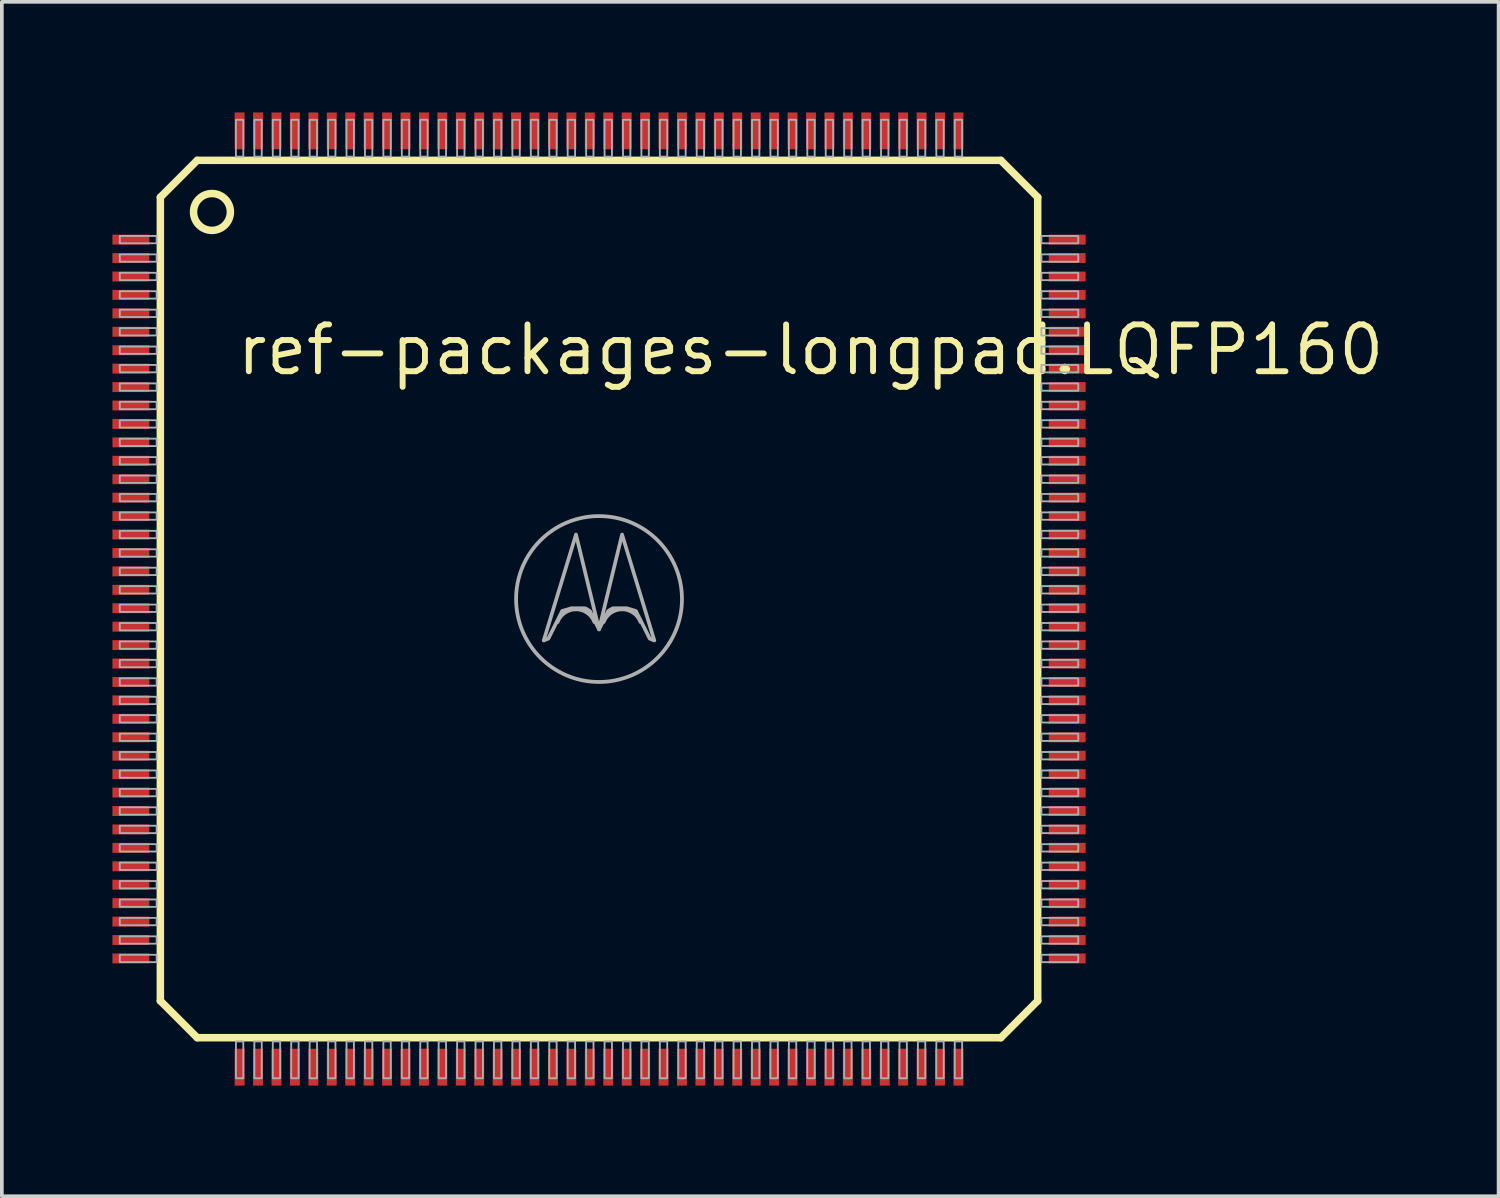
<source format=kicad_pcb>
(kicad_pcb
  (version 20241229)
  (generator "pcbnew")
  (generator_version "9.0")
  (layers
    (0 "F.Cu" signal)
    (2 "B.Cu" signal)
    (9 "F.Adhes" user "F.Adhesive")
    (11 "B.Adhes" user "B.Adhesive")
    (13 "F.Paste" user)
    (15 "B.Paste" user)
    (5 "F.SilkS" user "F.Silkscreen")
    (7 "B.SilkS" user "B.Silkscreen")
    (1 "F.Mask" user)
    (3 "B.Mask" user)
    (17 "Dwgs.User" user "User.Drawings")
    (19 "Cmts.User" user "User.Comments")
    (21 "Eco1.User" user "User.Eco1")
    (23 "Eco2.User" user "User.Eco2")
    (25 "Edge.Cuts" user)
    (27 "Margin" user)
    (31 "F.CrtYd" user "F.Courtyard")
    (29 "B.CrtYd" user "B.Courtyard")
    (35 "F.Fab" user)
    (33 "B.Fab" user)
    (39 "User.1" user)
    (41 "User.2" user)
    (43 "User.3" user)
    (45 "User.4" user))
  (footprint "ref-packages-longpad.LQFP160"
    (layer "F.Cu")
    (at 13.2 13.2)
    (property "Reference" "ref-packages-longpad.LQFP160" (at -9.908 -6.016 0) (layer "F.SilkS") (effects (font (size 1.27 1.27) (thickness 0.16)) (justify left bottom)))
    (attr smd)
    (fp_line (start -11.9 -10.9) (end -10.9 -11.9) (stroke (width 0.203) (type default)) (layer "F.SilkS"))
    (fp_line (start -11.9 10.9) (end -11.9 -10.9) (stroke (width 0.203) (type default)) (layer "F.SilkS"))
    (fp_line (start -11.9 10.9) (end -10.9 11.9) (stroke (width 0.203) (type default)) (layer "F.SilkS"))
    (fp_line (start -10.9 -11.9) (end 10.9 -11.9) (stroke (width 0.203) (type default)) (layer "F.SilkS"))
    (fp_line (start 10.9 11.9) (end -10.9 11.9) (stroke (width 0.203) (type default)) (layer "F.SilkS"))
    (fp_line (start 11.9 -10.9) (end 10.9 -11.9) (stroke (width 0.203) (type default)) (layer "F.SilkS"))
    (fp_line (start 11.9 -10.9) (end 11.9 10.9) (stroke (width 0.203) (type default)) (layer "F.SilkS"))
    (fp_line (start 11.9 10.9) (end 10.9 11.9) (stroke (width 0.203) (type default)) (layer "F.SilkS"))
    (fp_circle (center -10.5 -10.5) (end -10 -10.5) (stroke (width 0.203) (type default)) (fill no) (layer "F.SilkS"))
    (fp_rect (start -13 -9.65) (end -12 -9.85) (stroke (width 0.05) (type default)) (fill no) (layer "F.Fab"))
    (fp_rect (start -13 -9.15) (end -12 -9.35) (stroke (width 0.05) (type default)) (fill no) (layer "F.Fab"))
    (fp_rect (start -13 -8.65) (end -12 -8.85) (stroke (width 0.05) (type default)) (fill no) (layer "F.Fab"))
    (fp_rect (start -13 -8.15) (end -12 -8.35) (stroke (width 0.05) (type default)) (fill no) (layer "F.Fab"))
    (fp_rect (start -13 -7.65) (end -12 -7.85) (stroke (width 0.05) (type default)) (fill no) (layer "F.Fab"))
    (fp_rect (start -13 -7.15) (end -12 -7.35) (stroke (width 0.05) (type default)) (fill no) (layer "F.Fab"))
    (fp_rect (start -13 -6.65) (end -12 -6.85) (stroke (width 0.05) (type default)) (fill no) (layer "F.Fab"))
    (fp_rect (start -13 -6.15) (end -12 -6.35) (stroke (width 0.05) (type default)) (fill no) (layer "F.Fab"))
    (fp_rect (start -13 -5.65) (end -12 -5.85) (stroke (width 0.05) (type default)) (fill no) (layer "F.Fab"))
    (fp_rect (start -13 -5.15) (end -12 -5.35) (stroke (width 0.05) (type default)) (fill no) (layer "F.Fab"))
    (fp_rect (start -13 -4.65) (end -12 -4.85) (stroke (width 0.05) (type default)) (fill no) (layer "F.Fab"))
    (fp_rect (start -13 -4.15) (end -12 -4.35) (stroke (width 0.05) (type default)) (fill no) (layer "F.Fab"))
    (fp_rect (start -13 -3.65) (end -12 -3.85) (stroke (width 0.05) (type default)) (fill no) (layer "F.Fab"))
    (fp_rect (start -13 -3.15) (end -12 -3.35) (stroke (width 0.05) (type default)) (fill no) (layer "F.Fab"))
    (fp_rect (start -13 -2.65) (end -12 -2.85) (stroke (width 0.05) (type default)) (fill no) (layer "F.Fab"))
    (fp_rect (start -13 -2.15) (end -12 -2.35) (stroke (width 0.05) (type default)) (fill no) (layer "F.Fab"))
    (fp_rect (start -13 -1.65) (end -12 -1.85) (stroke (width 0.05) (type default)) (fill no) (layer "F.Fab"))
    (fp_rect (start -13 -1.15) (end -12 -1.35) (stroke (width 0.05) (type default)) (fill no) (layer "F.Fab"))
    (fp_rect (start -13 -0.65) (end -12 -0.85) (stroke (width 0.05) (type default)) (fill no) (layer "F.Fab"))
    (fp_rect (start -13 -0.15) (end -12 -0.35) (stroke (width 0.05) (type default)) (fill no) (layer "F.Fab"))
    (fp_rect (start -13 0.35) (end -12 0.15) (stroke (width 0.05) (type default)) (fill no) (layer "F.Fab"))
    (fp_rect (start -13 0.85) (end -12 0.65) (stroke (width 0.05) (type default)) (fill no) (layer "F.Fab"))
    (fp_rect (start -13 1.35) (end -12 1.15) (stroke (width 0.05) (type default)) (fill no) (layer "F.Fab"))
    (fp_rect (start -13 1.85) (end -12 1.65) (stroke (width 0.05) (type default)) (fill no) (layer "F.Fab"))
    (fp_rect (start -13 2.35) (end -12 2.15) (stroke (width 0.05) (type default)) (fill no) (layer "F.Fab"))
    (fp_rect (start -13 2.85) (end -12 2.65) (stroke (width 0.05) (type default)) (fill no) (layer "F.Fab"))
    (fp_rect (start -13 3.35) (end -12 3.15) (stroke (width 0.05) (type default)) (fill no) (layer "F.Fab"))
    (fp_rect (start -13 3.85) (end -12 3.65) (stroke (width 0.05) (type default)) (fill no) (layer "F.Fab"))
    (fp_rect (start -13 4.35) (end -12 4.15) (stroke (width 0.05) (type default)) (fill no) (layer "F.Fab"))
    (fp_rect (start -13 4.85) (end -12 4.65) (stroke (width 0.05) (type default)) (fill no) (layer "F.Fab"))
    (fp_rect (start -13 5.35) (end -12 5.15) (stroke (width 0.05) (type default)) (fill no) (layer "F.Fab"))
    (fp_rect (start -13 5.85) (end -12 5.65) (stroke (width 0.05) (type default)) (fill no) (layer "F.Fab"))
    (fp_rect (start -13 6.35) (end -12 6.15) (stroke (width 0.05) (type default)) (fill no) (layer "F.Fab"))
    (fp_rect (start -13 6.85) (end -12 6.65) (stroke (width 0.05) (type default)) (fill no) (layer "F.Fab"))
    (fp_rect (start -13 7.35) (end -12 7.15) (stroke (width 0.05) (type default)) (fill no) (layer "F.Fab"))
    (fp_rect (start -13 7.85) (end -12 7.65) (stroke (width 0.05) (type default)) (fill no) (layer "F.Fab"))
    (fp_rect (start -13 8.35) (end -12 8.15) (stroke (width 0.05) (type default)) (fill no) (layer "F.Fab"))
    (fp_rect (start -13 8.85) (end -12 8.65) (stroke (width 0.05) (type default)) (fill no) (layer "F.Fab"))
    (fp_rect (start -13 9.35) (end -12 9.15) (stroke (width 0.05) (type default)) (fill no) (layer "F.Fab"))
    (fp_rect (start -13 9.85) (end -12 9.65) (stroke (width 0.05) (type default)) (fill no) (layer "F.Fab"))
    (fp_rect (start -9.85 -12) (end -9.65 -13) (stroke (width 0.05) (type default)) (fill no) (layer "F.Fab"))
    (fp_rect (start -9.85 13) (end -9.65 12) (stroke (width 0.05) (type default)) (fill no) (layer "F.Fab"))
    (fp_rect (start -9.35 -12) (end -9.15 -13) (stroke (width 0.05) (type default)) (fill no) (layer "F.Fab"))
    (fp_rect (start -9.35 13) (end -9.15 12) (stroke (width 0.05) (type default)) (fill no) (layer "F.Fab"))
    (fp_rect (start -8.85 -12) (end -8.65 -13) (stroke (width 0.05) (type default)) (fill no) (layer "F.Fab"))
    (fp_rect (start -8.85 13) (end -8.65 12) (stroke (width 0.05) (type default)) (fill no) (layer "F.Fab"))
    (fp_rect (start -8.35 -12) (end -8.15 -13) (stroke (width 0.05) (type default)) (fill no) (layer "F.Fab"))
    (fp_rect (start -8.35 13) (end -8.15 12) (stroke (width 0.05) (type default)) (fill no) (layer "F.Fab"))
    (fp_rect (start -7.85 -12) (end -7.65 -13) (stroke (width 0.05) (type default)) (fill no) (layer "F.Fab"))
    (fp_rect (start -7.85 13) (end -7.65 12) (stroke (width 0.05) (type default)) (fill no) (layer "F.Fab"))
    (fp_rect (start -7.35 -12) (end -7.15 -13) (stroke (width 0.05) (type default)) (fill no) (layer "F.Fab"))
    (fp_rect (start -7.35 13) (end -7.15 12) (stroke (width 0.05) (type default)) (fill no) (layer "F.Fab"))
    (fp_rect (start -6.85 -12) (end -6.65 -13) (stroke (width 0.05) (type default)) (fill no) (layer "F.Fab"))
    (fp_rect (start -6.85 13) (end -6.65 12) (stroke (width 0.05) (type default)) (fill no) (layer "F.Fab"))
    (fp_rect (start -6.35 -12) (end -6.15 -13) (stroke (width 0.05) (type default)) (fill no) (layer "F.Fab"))
    (fp_rect (start -6.35 13) (end -6.15 12) (stroke (width 0.05) (type default)) (fill no) (layer "F.Fab"))
    (fp_rect (start -5.85 -12) (end -5.65 -13) (stroke (width 0.05) (type default)) (fill no) (layer "F.Fab"))
    (fp_rect (start -5.85 13) (end -5.65 12) (stroke (width 0.05) (type default)) (fill no) (layer "F.Fab"))
    (fp_rect (start -5.35 -12) (end -5.15 -13) (stroke (width 0.05) (type default)) (fill no) (layer "F.Fab"))
    (fp_rect (start -5.35 13) (end -5.15 12) (stroke (width 0.05) (type default)) (fill no) (layer "F.Fab"))
    (fp_rect (start -4.85 -12) (end -4.65 -13) (stroke (width 0.05) (type default)) (fill no) (layer "F.Fab"))
    (fp_rect (start -4.85 13) (end -4.65 12) (stroke (width 0.05) (type default)) (fill no) (layer "F.Fab"))
    (fp_rect (start -4.35 -12) (end -4.15 -13) (stroke (width 0.05) (type default)) (fill no) (layer "F.Fab"))
    (fp_rect (start -4.35 13) (end -4.15 12) (stroke (width 0.05) (type default)) (fill no) (layer "F.Fab"))
    (fp_rect (start -3.85 -12) (end -3.65 -13) (stroke (width 0.05) (type default)) (fill no) (layer "F.Fab"))
    (fp_rect (start -3.85 13) (end -3.65 12) (stroke (width 0.05) (type default)) (fill no) (layer "F.Fab"))
    (fp_rect (start -3.35 -12) (end -3.15 -13) (stroke (width 0.05) (type default)) (fill no) (layer "F.Fab"))
    (fp_rect (start -3.35 13) (end -3.15 12) (stroke (width 0.05) (type default)) (fill no) (layer "F.Fab"))
    (fp_rect (start -2.85 -12) (end -2.65 -13) (stroke (width 0.05) (type default)) (fill no) (layer "F.Fab"))
    (fp_rect (start -2.85 13) (end -2.65 12) (stroke (width 0.05) (type default)) (fill no) (layer "F.Fab"))
    (fp_rect (start -2.35 -12) (end -2.15 -13) (stroke (width 0.05) (type default)) (fill no) (layer "F.Fab"))
    (fp_rect (start -2.35 13) (end -2.15 12) (stroke (width 0.05) (type default)) (fill no) (layer "F.Fab"))
    (fp_rect (start -1.85 -12) (end -1.65 -13) (stroke (width 0.05) (type default)) (fill no) (layer "F.Fab"))
    (fp_rect (start -1.85 13) (end -1.65 12) (stroke (width 0.05) (type default)) (fill no) (layer "F.Fab"))
    (fp_rect (start -1.35 -12) (end -1.15 -13) (stroke (width 0.05) (type default)) (fill no) (layer "F.Fab"))
    (fp_rect (start -1.35 13) (end -1.15 12) (stroke (width 0.05) (type default)) (fill no) (layer "F.Fab"))
    (fp_rect (start -0.85 -12) (end -0.65 -13) (stroke (width 0.05) (type default)) (fill no) (layer "F.Fab"))
    (fp_rect (start -0.85 13) (end -0.65 12) (stroke (width 0.05) (type default)) (fill no) (layer "F.Fab"))
    (fp_rect (start -0.35 -12) (end -0.15 -13) (stroke (width 0.05) (type default)) (fill no) (layer "F.Fab"))
    (fp_rect (start -0.35 13) (end -0.15 12) (stroke (width 0.05) (type default)) (fill no) (layer "F.Fab"))
    (fp_rect (start 0.15 -12) (end 0.35 -13) (stroke (width 0.05) (type default)) (fill no) (layer "F.Fab"))
    (fp_rect (start 0.15 13) (end 0.35 12) (stroke (width 0.05) (type default)) (fill no) (layer "F.Fab"))
    (fp_rect (start 0.65 -12) (end 0.85 -13) (stroke (width 0.05) (type default)) (fill no) (layer "F.Fab"))
    (fp_rect (start 0.65 13) (end 0.85 12) (stroke (width 0.05) (type default)) (fill no) (layer "F.Fab"))
    (fp_rect (start 1.15 -12) (end 1.35 -13) (stroke (width 0.05) (type default)) (fill no) (layer "F.Fab"))
    (fp_rect (start 1.15 13) (end 1.35 12) (stroke (width 0.05) (type default)) (fill no) (layer "F.Fab"))
    (fp_rect (start 1.65 -12) (end 1.85 -13) (stroke (width 0.05) (type default)) (fill no) (layer "F.Fab"))
    (fp_rect (start 1.65 13) (end 1.85 12) (stroke (width 0.05) (type default)) (fill no) (layer "F.Fab"))
    (fp_rect (start 2.15 -12) (end 2.35 -13) (stroke (width 0.05) (type default)) (fill no) (layer "F.Fab"))
    (fp_rect (start 2.15 13) (end 2.35 12) (stroke (width 0.05) (type default)) (fill no) (layer "F.Fab"))
    (fp_rect (start 2.65 -12) (end 2.85 -13) (stroke (width 0.05) (type default)) (fill no) (layer "F.Fab"))
    (fp_rect (start 2.65 13) (end 2.85 12) (stroke (width 0.05) (type default)) (fill no) (layer "F.Fab"))
    (fp_rect (start 3.15 -12) (end 3.35 -13) (stroke (width 0.05) (type default)) (fill no) (layer "F.Fab"))
    (fp_rect (start 3.15 13) (end 3.35 12) (stroke (width 0.05) (type default)) (fill no) (layer "F.Fab"))
    (fp_rect (start 3.65 -12) (end 3.85 -13) (stroke (width 0.05) (type default)) (fill no) (layer "F.Fab"))
    (fp_rect (start 3.65 13) (end 3.85 12) (stroke (width 0.05) (type default)) (fill no) (layer "F.Fab"))
    (fp_rect (start 4.15 -12) (end 4.35 -13) (stroke (width 0.05) (type default)) (fill no) (layer "F.Fab"))
    (fp_rect (start 4.15 13) (end 4.35 12) (stroke (width 0.05) (type default)) (fill no) (layer "F.Fab"))
    (fp_rect (start 4.65 -12) (end 4.85 -13) (stroke (width 0.05) (type default)) (fill no) (layer "F.Fab"))
    (fp_rect (start 4.65 13) (end 4.85 12) (stroke (width 0.05) (type default)) (fill no) (layer "F.Fab"))
    (fp_rect (start 5.15 -12) (end 5.35 -13) (stroke (width 0.05) (type default)) (fill no) (layer "F.Fab"))
    (fp_rect (start 5.15 13) (end 5.35 12) (stroke (width 0.05) (type default)) (fill no) (layer "F.Fab"))
    (fp_rect (start 5.65 -12) (end 5.85 -13) (stroke (width 0.05) (type default)) (fill no) (layer "F.Fab"))
    (fp_rect (start 5.65 13) (end 5.85 12) (stroke (width 0.05) (type default)) (fill no) (layer "F.Fab"))
    (fp_rect (start 6.15 -12) (end 6.35 -13) (stroke (width 0.05) (type default)) (fill no) (layer "F.Fab"))
    (fp_rect (start 6.15 13) (end 6.35 12) (stroke (width 0.05) (type default)) (fill no) (layer "F.Fab"))
    (fp_rect (start 6.65 -12) (end 6.85 -13) (stroke (width 0.05) (type default)) (fill no) (layer "F.Fab"))
    (fp_rect (start 6.65 13) (end 6.85 12) (stroke (width 0.05) (type default)) (fill no) (layer "F.Fab"))
    (fp_rect (start 7.15 -12) (end 7.35 -13) (stroke (width 0.05) (type default)) (fill no) (layer "F.Fab"))
    (fp_rect (start 7.15 13) (end 7.35 12) (stroke (width 0.05) (type default)) (fill no) (layer "F.Fab"))
    (fp_rect (start 7.65 -12) (end 7.85 -13) (stroke (width 0.05) (type default)) (fill no) (layer "F.Fab"))
    (fp_rect (start 7.65 13) (end 7.85 12) (stroke (width 0.05) (type default)) (fill no) (layer "F.Fab"))
    (fp_rect (start 8.15 -12) (end 8.35 -13) (stroke (width 0.05) (type default)) (fill no) (layer "F.Fab"))
    (fp_rect (start 8.15 13) (end 8.35 12) (stroke (width 0.05) (type default)) (fill no) (layer "F.Fab"))
    (fp_rect (start 8.65 -12) (end 8.85 -13) (stroke (width 0.05) (type default)) (fill no) (layer "F.Fab"))
    (fp_rect (start 8.65 13) (end 8.85 12) (stroke (width 0.05) (type default)) (fill no) (layer "F.Fab"))
    (fp_rect (start 9.15 -12) (end 9.35 -13) (stroke (width 0.05) (type default)) (fill no) (layer "F.Fab"))
    (fp_rect (start 9.15 13) (end 9.35 12) (stroke (width 0.05) (type default)) (fill no) (layer "F.Fab"))
    (fp_rect (start 9.65 -12) (end 9.85 -13) (stroke (width 0.05) (type default)) (fill no) (layer "F.Fab"))
    (fp_rect (start 9.65 13) (end 9.85 12) (stroke (width 0.05) (type default)) (fill no) (layer "F.Fab"))
    (fp_rect (start 12 -9.65) (end 13 -9.85) (stroke (width 0.05) (type default)) (fill no) (layer "F.Fab"))
    (fp_rect (start 12 -9.15) (end 13 -9.35) (stroke (width 0.05) (type default)) (fill no) (layer "F.Fab"))
    (fp_rect (start 12 -8.65) (end 13 -8.85) (stroke (width 0.05) (type default)) (fill no) (layer "F.Fab"))
    (fp_rect (start 12 -8.15) (end 13 -8.35) (stroke (width 0.05) (type default)) (fill no) (layer "F.Fab"))
    (fp_rect (start 12 -7.65) (end 13 -7.85) (stroke (width 0.05) (type default)) (fill no) (layer "F.Fab"))
    (fp_rect (start 12 -7.15) (end 13 -7.35) (stroke (width 0.05) (type default)) (fill no) (layer "F.Fab"))
    (fp_rect (start 12 -6.65) (end 13 -6.85) (stroke (width 0.05) (type default)) (fill no) (layer "F.Fab"))
    (fp_rect (start 12 -6.15) (end 13 -6.35) (stroke (width 0.05) (type default)) (fill no) (layer "F.Fab"))
    (fp_rect (start 12 -5.65) (end 13 -5.85) (stroke (width 0.05) (type default)) (fill no) (layer "F.Fab"))
    (fp_rect (start 12 -5.15) (end 13 -5.35) (stroke (width 0.05) (type default)) (fill no) (layer "F.Fab"))
    (fp_rect (start 12 -4.65) (end 13 -4.85) (stroke (width 0.05) (type default)) (fill no) (layer "F.Fab"))
    (fp_rect (start 12 -4.15) (end 13 -4.35) (stroke (width 0.05) (type default)) (fill no) (layer "F.Fab"))
    (fp_rect (start 12 -3.65) (end 13 -3.85) (stroke (width 0.05) (type default)) (fill no) (layer "F.Fab"))
    (fp_rect (start 12 -3.15) (end 13 -3.35) (stroke (width 0.05) (type default)) (fill no) (layer "F.Fab"))
    (fp_rect (start 12 -2.65) (end 13 -2.85) (stroke (width 0.05) (type default)) (fill no) (layer "F.Fab"))
    (fp_rect (start 12 -2.15) (end 13 -2.35) (stroke (width 0.05) (type default)) (fill no) (layer "F.Fab"))
    (fp_rect (start 12 -1.65) (end 13 -1.85) (stroke (width 0.05) (type default)) (fill no) (layer "F.Fab"))
    (fp_rect (start 12 -1.15) (end 13 -1.35) (stroke (width 0.05) (type default)) (fill no) (layer "F.Fab"))
    (fp_rect (start 12 -0.65) (end 13 -0.85) (stroke (width 0.05) (type default)) (fill no) (layer "F.Fab"))
    (fp_rect (start 12 -0.15) (end 13 -0.35) (stroke (width 0.05) (type default)) (fill no) (layer "F.Fab"))
    (fp_rect (start 12 0.35) (end 13 0.15) (stroke (width 0.05) (type default)) (fill no) (layer "F.Fab"))
    (fp_rect (start 12 0.85) (end 13 0.65) (stroke (width 0.05) (type default)) (fill no) (layer "F.Fab"))
    (fp_rect (start 12 1.35) (end 13 1.15) (stroke (width 0.05) (type default)) (fill no) (layer "F.Fab"))
    (fp_rect (start 12 1.85) (end 13 1.65) (stroke (width 0.05) (type default)) (fill no) (layer "F.Fab"))
    (fp_rect (start 12 2.35) (end 13 2.15) (stroke (width 0.05) (type default)) (fill no) (layer "F.Fab"))
    (fp_rect (start 12 2.85) (end 13 2.65) (stroke (width 0.05) (type default)) (fill no) (layer "F.Fab"))
    (fp_rect (start 12 3.35) (end 13 3.15) (stroke (width 0.05) (type default)) (fill no) (layer "F.Fab"))
    (fp_rect (start 12 3.85) (end 13 3.65) (stroke (width 0.05) (type default)) (fill no) (layer "F.Fab"))
    (fp_rect (start 12 4.35) (end 13 4.15) (stroke (width 0.05) (type default)) (fill no) (layer "F.Fab"))
    (fp_rect (start 12 4.85) (end 13 4.65) (stroke (width 0.05) (type default)) (fill no) (layer "F.Fab"))
    (fp_rect (start 12 5.35) (end 13 5.15) (stroke (width 0.05) (type default)) (fill no) (layer "F.Fab"))
    (fp_rect (start 12 5.85) (end 13 5.65) (stroke (width 0.05) (type default)) (fill no) (layer "F.Fab"))
    (fp_rect (start 12 6.35) (end 13 6.15) (stroke (width 0.05) (type default)) (fill no) (layer "F.Fab"))
    (fp_rect (start 12 6.85) (end 13 6.65) (stroke (width 0.05) (type default)) (fill no) (layer "F.Fab"))
    (fp_rect (start 12 7.35) (end 13 7.15) (stroke (width 0.05) (type default)) (fill no) (layer "F.Fab"))
    (fp_rect (start 12 7.85) (end 13 7.65) (stroke (width 0.05) (type default)) (fill no) (layer "F.Fab"))
    (fp_rect (start 12 8.35) (end 13 8.15) (stroke (width 0.05) (type default)) (fill no) (layer "F.Fab"))
    (fp_rect (start 12 8.85) (end 13 8.65) (stroke (width 0.05) (type default)) (fill no) (layer "F.Fab"))
    (fp_rect (start 12 9.35) (end 13 9.15) (stroke (width 0.05) (type default)) (fill no) (layer "F.Fab"))
    (fp_rect (start 12 9.85) (end 13 9.65) (stroke (width 0.05) (type default)) (fill no) (layer "F.Fab"))
    (fp_arc (start -1.125 0.625) (mid -0.625 0.2785) (end -0.125 0.625) (stroke (width 0.1016) (type default)) (layer "F.Fab"))
    (fp_arc (start 0.125 0.625) (mid 0.625 0.2785) (end 1.125 0.625) (stroke (width 0.1016) (type default)) (layer "F.Fab"))
    (fp_circle (center 0 0) (end 2.25 0) (stroke (width 0.102) (type default)) (fill no) (layer "F.Fab"))
    (fp_poly (pts (xy -1.5 1.125) (xy -0.625 -1.75) (xy 0 0.824) (xy -0.25 0.324) (xy -0.375 0.25) (xy -0.75 0.25) (xy -1 0.324) (xy -1.375 1.074)) (stroke (width 0.1) (type default)) (fill no) (layer "F.Fab"))
    (fp_poly (pts (xy 1.5 1.125) (xy 0.625 -1.75) (xy 0 0.824) (xy 0.25 0.324) (xy 0.375 0.25) (xy 0.75 0.25) (xy 1 0.324) (xy 1.375 1.074)) (stroke (width 0.1) (type default)) (fill no) (layer "F.Fab"))
    (pad "1" smd roundrect (at -12.7 -9.75) (size 1 0.27) (layers "F.Cu" "F.Mask" "F.Paste") (roundrect_rratio 0.01))
    (pad "2" smd roundrect (at -12.7 -9.25) (size 1 0.27) (layers "F.Cu" "F.Mask" "F.Paste") (roundrect_rratio 0.01))
    (pad "3" smd roundrect (at -12.7 -8.75) (size 1 0.27) (layers "F.Cu" "F.Mask" "F.Paste") (roundrect_rratio 0.01))
    (pad "4" smd roundrect (at -12.7 -8.25) (size 1 0.27) (layers "F.Cu" "F.Mask" "F.Paste") (roundrect_rratio 0.01))
    (pad "5" smd roundrect (at -12.7 -7.75) (size 1 0.27) (layers "F.Cu" "F.Mask" "F.Paste") (roundrect_rratio 0.01))
    (pad "6" smd roundrect (at -12.7 -7.25) (size 1 0.27) (layers "F.Cu" "F.Mask" "F.Paste") (roundrect_rratio 0.01))
    (pad "7" smd roundrect (at -12.7 -6.75) (size 1 0.27) (layers "F.Cu" "F.Mask" "F.Paste") (roundrect_rratio 0.01))
    (pad "8" smd roundrect (at -12.7 -6.25) (size 1 0.27) (layers "F.Cu" "F.Mask" "F.Paste") (roundrect_rratio 0.01))
    (pad "9" smd roundrect (at -12.7 -5.75) (size 1 0.27) (layers "F.Cu" "F.Mask" "F.Paste") (roundrect_rratio 0.01))
    (pad "10" smd roundrect (at -12.7 -5.25) (size 1 0.27) (layers "F.Cu" "F.Mask" "F.Paste") (roundrect_rratio 0.01))
    (pad "11" smd roundrect (at -12.7 -4.75) (size 1 0.27) (layers "F.Cu" "F.Mask" "F.Paste") (roundrect_rratio 0.01))
    (pad "12" smd roundrect (at -12.7 -4.25) (size 1 0.27) (layers "F.Cu" "F.Mask" "F.Paste") (roundrect_rratio 0.01))
    (pad "13" smd roundrect (at -12.7 -3.75) (size 1 0.27) (layers "F.Cu" "F.Mask" "F.Paste") (roundrect_rratio 0.01))
    (pad "14" smd roundrect (at -12.7 -3.25) (size 1 0.27) (layers "F.Cu" "F.Mask" "F.Paste") (roundrect_rratio 0.01))
    (pad "15" smd roundrect (at -12.7 -2.75) (size 1 0.27) (layers "F.Cu" "F.Mask" "F.Paste") (roundrect_rratio 0.01))
    (pad "16" smd roundrect (at -12.7 -2.25) (size 1 0.27) (layers "F.Cu" "F.Mask" "F.Paste") (roundrect_rratio 0.01))
    (pad "17" smd roundrect (at -12.7 -1.75) (size 1 0.27) (layers "F.Cu" "F.Mask" "F.Paste") (roundrect_rratio 0.01))
    (pad "18" smd roundrect (at -12.7 -1.25) (size 1 0.27) (layers "F.Cu" "F.Mask" "F.Paste") (roundrect_rratio 0.01))
    (pad "19" smd roundrect (at -12.7 -0.75) (size 1 0.27) (layers "F.Cu" "F.Mask" "F.Paste") (roundrect_rratio 0.01))
    (pad "20" smd roundrect (at -12.7 -0.25) (size 1 0.27) (layers "F.Cu" "F.Mask" "F.Paste") (roundrect_rratio 0.01))
    (pad "21" smd roundrect (at -12.7 0.25) (size 1 0.27) (layers "F.Cu" "F.Mask" "F.Paste") (roundrect_rratio 0.01))
    (pad "22" smd roundrect (at -12.7 0.75) (size 1 0.27) (layers "F.Cu" "F.Mask" "F.Paste") (roundrect_rratio 0.01))
    (pad "23" smd roundrect (at -12.7 1.25) (size 1 0.27) (layers "F.Cu" "F.Mask" "F.Paste") (roundrect_rratio 0.01))
    (pad "24" smd roundrect (at -12.7 1.75) (size 1 0.27) (layers "F.Cu" "F.Mask" "F.Paste") (roundrect_rratio 0.01))
    (pad "25" smd roundrect (at -12.7 2.25) (size 1 0.27) (layers "F.Cu" "F.Mask" "F.Paste") (roundrect_rratio 0.01))
    (pad "26" smd roundrect (at -12.7 2.75) (size 1 0.27) (layers "F.Cu" "F.Mask" "F.Paste") (roundrect_rratio 0.01))
    (pad "27" smd roundrect (at -12.7 3.25) (size 1 0.27) (layers "F.Cu" "F.Mask" "F.Paste") (roundrect_rratio 0.01))
    (pad "28" smd roundrect (at -12.7 3.75) (size 1 0.27) (layers "F.Cu" "F.Mask" "F.Paste") (roundrect_rratio 0.01))
    (pad "29" smd roundrect (at -12.7 4.25) (size 1 0.27) (layers "F.Cu" "F.Mask" "F.Paste") (roundrect_rratio 0.01))
    (pad "30" smd roundrect (at -12.7 4.75) (size 1 0.27) (layers "F.Cu" "F.Mask" "F.Paste") (roundrect_rratio 0.01))
    (pad "31" smd roundrect (at -12.7 5.25) (size 1 0.27) (layers "F.Cu" "F.Mask" "F.Paste") (roundrect_rratio 0.01))
    (pad "32" smd roundrect (at -12.7 5.75) (size 1 0.27) (layers "F.Cu" "F.Mask" "F.Paste") (roundrect_rratio 0.01))
    (pad "33" smd roundrect (at -12.7 6.25) (size 1 0.27) (layers "F.Cu" "F.Mask" "F.Paste") (roundrect_rratio 0.01))
    (pad "34" smd roundrect (at -12.7 6.75) (size 1 0.27) (layers "F.Cu" "F.Mask" "F.Paste") (roundrect_rratio 0.01))
    (pad "35" smd roundrect (at -12.7 7.25) (size 1 0.27) (layers "F.Cu" "F.Mask" "F.Paste") (roundrect_rratio 0.01))
    (pad "36" smd roundrect (at -12.7 7.75) (size 1 0.27) (layers "F.Cu" "F.Mask" "F.Paste") (roundrect_rratio 0.01))
    (pad "37" smd roundrect (at -12.7 8.25) (size 1 0.27) (layers "F.Cu" "F.Mask" "F.Paste") (roundrect_rratio 0.01))
    (pad "38" smd roundrect (at -12.7 8.75) (size 1 0.27) (layers "F.Cu" "F.Mask" "F.Paste") (roundrect_rratio 0.01))
    (pad "39" smd roundrect (at -12.7 9.25) (size 1 0.27) (layers "F.Cu" "F.Mask" "F.Paste") (roundrect_rratio 0.01))
    (pad "40" smd roundrect (at -12.7 9.75) (size 1 0.27) (layers "F.Cu" "F.Mask" "F.Paste") (roundrect_rratio 0.01))
    (pad "41" smd roundrect (at -9.75 12.7) (size 0.27 1) (layers "F.Cu" "F.Mask" "F.Paste") (roundrect_rratio 0.01))
    (pad "42" smd roundrect (at -9.25 12.7) (size 0.27 1) (layers "F.Cu" "F.Mask" "F.Paste") (roundrect_rratio 0.01))
    (pad "43" smd roundrect (at -8.75 12.7) (size 0.27 1) (layers "F.Cu" "F.Mask" "F.Paste") (roundrect_rratio 0.01))
    (pad "44" smd roundrect (at -8.25 12.7) (size 0.27 1) (layers "F.Cu" "F.Mask" "F.Paste") (roundrect_rratio 0.01))
    (pad "45" smd roundrect (at -7.75 12.7) (size 0.27 1) (layers "F.Cu" "F.Mask" "F.Paste") (roundrect_rratio 0.01))
    (pad "46" smd roundrect (at -7.25 12.7) (size 0.27 1) (layers "F.Cu" "F.Mask" "F.Paste") (roundrect_rratio 0.01))
    (pad "47" smd roundrect (at -6.75 12.7) (size 0.27 1) (layers "F.Cu" "F.Mask" "F.Paste") (roundrect_rratio 0.01))
    (pad "48" smd roundrect (at -6.25 12.7) (size 0.27 1) (layers "F.Cu" "F.Mask" "F.Paste") (roundrect_rratio 0.01))
    (pad "49" smd roundrect (at -5.75 12.7) (size 0.27 1) (layers "F.Cu" "F.Mask" "F.Paste") (roundrect_rratio 0.01))
    (pad "50" smd roundrect (at -5.25 12.7) (size 0.27 1) (layers "F.Cu" "F.Mask" "F.Paste") (roundrect_rratio 0.01))
    (pad "51" smd roundrect (at -4.75 12.7) (size 0.27 1) (layers "F.Cu" "F.Mask" "F.Paste") (roundrect_rratio 0.01))
    (pad "52" smd roundrect (at -4.25 12.7) (size 0.27 1) (layers "F.Cu" "F.Mask" "F.Paste") (roundrect_rratio 0.01))
    (pad "53" smd roundrect (at -3.75 12.7) (size 0.27 1) (layers "F.Cu" "F.Mask" "F.Paste") (roundrect_rratio 0.01))
    (pad "54" smd roundrect (at -3.25 12.7) (size 0.27 1) (layers "F.Cu" "F.Mask" "F.Paste") (roundrect_rratio 0.01))
    (pad "55" smd roundrect (at -2.75 12.7) (size 0.27 1) (layers "F.Cu" "F.Mask" "F.Paste") (roundrect_rratio 0.01))
    (pad "56" smd roundrect (at -2.25 12.7) (size 0.27 1) (layers "F.Cu" "F.Mask" "F.Paste") (roundrect_rratio 0.01))
    (pad "57" smd roundrect (at -1.75 12.7) (size 0.27 1) (layers "F.Cu" "F.Mask" "F.Paste") (roundrect_rratio 0.01))
    (pad "58" smd roundrect (at -1.25 12.7) (size 0.27 1) (layers "F.Cu" "F.Mask" "F.Paste") (roundrect_rratio 0.01))
    (pad "59" smd roundrect (at -0.75 12.7) (size 0.27 1) (layers "F.Cu" "F.Mask" "F.Paste") (roundrect_rratio 0.01))
    (pad "60" smd roundrect (at -0.25 12.7) (size 0.27 1) (layers "F.Cu" "F.Mask" "F.Paste") (roundrect_rratio 0.01))
    (pad "61" smd roundrect (at 0.25 12.7) (size 0.27 1) (layers "F.Cu" "F.Mask" "F.Paste") (roundrect_rratio 0.01))
    (pad "62" smd roundrect (at 0.75 12.7) (size 0.27 1) (layers "F.Cu" "F.Mask" "F.Paste") (roundrect_rratio 0.01))
    (pad "63" smd roundrect (at 1.25 12.7) (size 0.27 1) (layers "F.Cu" "F.Mask" "F.Paste") (roundrect_rratio 0.01))
    (pad "64" smd roundrect (at 1.75 12.7) (size 0.27 1) (layers "F.Cu" "F.Mask" "F.Paste") (roundrect_rratio 0.01))
    (pad "65" smd roundrect (at 2.25 12.7) (size 0.27 1) (layers "F.Cu" "F.Mask" "F.Paste") (roundrect_rratio 0.01))
    (pad "66" smd roundrect (at 2.75 12.7) (size 0.27 1) (layers "F.Cu" "F.Mask" "F.Paste") (roundrect_rratio 0.01))
    (pad "67" smd roundrect (at 3.25 12.7) (size 0.27 1) (layers "F.Cu" "F.Mask" "F.Paste") (roundrect_rratio 0.01))
    (pad "68" smd roundrect (at 3.75 12.7) (size 0.27 1) (layers "F.Cu" "F.Mask" "F.Paste") (roundrect_rratio 0.01))
    (pad "69" smd roundrect (at 4.25 12.7) (size 0.27 1) (layers "F.Cu" "F.Mask" "F.Paste") (roundrect_rratio 0.01))
    (pad "70" smd roundrect (at 4.75 12.7) (size 0.27 1) (layers "F.Cu" "F.Mask" "F.Paste") (roundrect_rratio 0.01))
    (pad "71" smd roundrect (at 5.25 12.7) (size 0.27 1) (layers "F.Cu" "F.Mask" "F.Paste") (roundrect_rratio 0.01))
    (pad "72" smd roundrect (at 5.75 12.7) (size 0.27 1) (layers "F.Cu" "F.Mask" "F.Paste") (roundrect_rratio 0.01))
    (pad "73" smd roundrect (at 6.25 12.7) (size 0.27 1) (layers "F.Cu" "F.Mask" "F.Paste") (roundrect_rratio 0.01))
    (pad "74" smd roundrect (at 6.75 12.7) (size 0.27 1) (layers "F.Cu" "F.Mask" "F.Paste") (roundrect_rratio 0.01))
    (pad "75" smd roundrect (at 7.25 12.7) (size 0.27 1) (layers "F.Cu" "F.Mask" "F.Paste") (roundrect_rratio 0.01))
    (pad "76" smd roundrect (at 7.75 12.7) (size 0.27 1) (layers "F.Cu" "F.Mask" "F.Paste") (roundrect_rratio 0.01))
    (pad "77" smd roundrect (at 8.25 12.7) (size 0.27 1) (layers "F.Cu" "F.Mask" "F.Paste") (roundrect_rratio 0.01))
    (pad "78" smd roundrect (at 8.75 12.7) (size 0.27 1) (layers "F.Cu" "F.Mask" "F.Paste") (roundrect_rratio 0.01))
    (pad "79" smd roundrect (at 9.25 12.7) (size 0.27 1) (layers "F.Cu" "F.Mask" "F.Paste") (roundrect_rratio 0.01))
    (pad "80" smd roundrect (at 9.75 12.7) (size 0.27 1) (layers "F.Cu" "F.Mask" "F.Paste") (roundrect_rratio 0.01))
    (pad "81" smd roundrect (at 12.7 9.75) (size 1 0.27) (layers "F.Cu" "F.Mask" "F.Paste") (roundrect_rratio 0.01))
    (pad "82" smd roundrect (at 12.7 9.25) (size 1 0.27) (layers "F.Cu" "F.Mask" "F.Paste") (roundrect_rratio 0.01))
    (pad "83" smd roundrect (at 12.7 8.75) (size 1 0.27) (layers "F.Cu" "F.Mask" "F.Paste") (roundrect_rratio 0.01))
    (pad "84" smd roundrect (at 12.7 8.25) (size 1 0.27) (layers "F.Cu" "F.Mask" "F.Paste") (roundrect_rratio 0.01))
    (pad "85" smd roundrect (at 12.7 7.75) (size 1 0.27) (layers "F.Cu" "F.Mask" "F.Paste") (roundrect_rratio 0.01))
    (pad "86" smd roundrect (at 12.7 7.25) (size 1 0.27) (layers "F.Cu" "F.Mask" "F.Paste") (roundrect_rratio 0.01))
    (pad "87" smd roundrect (at 12.7 6.75) (size 1 0.27) (layers "F.Cu" "F.Mask" "F.Paste") (roundrect_rratio 0.01))
    (pad "88" smd roundrect (at 12.7 6.25) (size 1 0.27) (layers "F.Cu" "F.Mask" "F.Paste") (roundrect_rratio 0.01))
    (pad "89" smd roundrect (at 12.7 5.75) (size 1 0.27) (layers "F.Cu" "F.Mask" "F.Paste") (roundrect_rratio 0.01))
    (pad "90" smd roundrect (at 12.7 5.25) (size 1 0.27) (layers "F.Cu" "F.Mask" "F.Paste") (roundrect_rratio 0.01))
    (pad "91" smd roundrect (at 12.7 4.75) (size 1 0.27) (layers "F.Cu" "F.Mask" "F.Paste") (roundrect_rratio 0.01))
    (pad "92" smd roundrect (at 12.7 4.25) (size 1 0.27) (layers "F.Cu" "F.Mask" "F.Paste") (roundrect_rratio 0.01))
    (pad "93" smd roundrect (at 12.7 3.75) (size 1 0.27) (layers "F.Cu" "F.Mask" "F.Paste") (roundrect_rratio 0.01))
    (pad "94" smd roundrect (at 12.7 3.25) (size 1 0.27) (layers "F.Cu" "F.Mask" "F.Paste") (roundrect_rratio 0.01))
    (pad "95" smd roundrect (at 12.7 2.75) (size 1 0.27) (layers "F.Cu" "F.Mask" "F.Paste") (roundrect_rratio 0.01))
    (pad "96" smd roundrect (at 12.7 2.25) (size 1 0.27) (layers "F.Cu" "F.Mask" "F.Paste") (roundrect_rratio 0.01))
    (pad "97" smd roundrect (at 12.7 1.75) (size 1 0.27) (layers "F.Cu" "F.Mask" "F.Paste") (roundrect_rratio 0.01))
    (pad "98" smd roundrect (at 12.7 1.25) (size 1 0.27) (layers "F.Cu" "F.Mask" "F.Paste") (roundrect_rratio 0.01))
    (pad "99" smd roundrect (at 12.7 0.75) (size 1 0.27) (layers "F.Cu" "F.Mask" "F.Paste") (roundrect_rratio 0.01))
    (pad "100" smd roundrect (at 12.7 0.25) (size 1 0.27) (layers "F.Cu" "F.Mask" "F.Paste") (roundrect_rratio 0.01))
    (pad "101" smd roundrect (at 12.7 -0.25) (size 1 0.27) (layers "F.Cu" "F.Mask" "F.Paste") (roundrect_rratio 0.01))
    (pad "102" smd roundrect (at 12.7 -0.75) (size 1 0.27) (layers "F.Cu" "F.Mask" "F.Paste") (roundrect_rratio 0.01))
    (pad "103" smd roundrect (at 12.7 -1.25) (size 1 0.27) (layers "F.Cu" "F.Mask" "F.Paste") (roundrect_rratio 0.01))
    (pad "104" smd roundrect (at 12.7 -1.75) (size 1 0.27) (layers "F.Cu" "F.Mask" "F.Paste") (roundrect_rratio 0.01))
    (pad "105" smd roundrect (at 12.7 -2.25) (size 1 0.27) (layers "F.Cu" "F.Mask" "F.Paste") (roundrect_rratio 0.01))
    (pad "106" smd roundrect (at 12.7 -2.75) (size 1 0.27) (layers "F.Cu" "F.Mask" "F.Paste") (roundrect_rratio 0.01))
    (pad "107" smd roundrect (at 12.7 -3.25) (size 1 0.27) (layers "F.Cu" "F.Mask" "F.Paste") (roundrect_rratio 0.01))
    (pad "108" smd roundrect (at 12.7 -3.75) (size 1 0.27) (layers "F.Cu" "F.Mask" "F.Paste") (roundrect_rratio 0.01))
    (pad "109" smd roundrect (at 12.7 -4.25) (size 1 0.27) (layers "F.Cu" "F.Mask" "F.Paste") (roundrect_rratio 0.01))
    (pad "110" smd roundrect (at 12.7 -4.75) (size 1 0.27) (layers "F.Cu" "F.Mask" "F.Paste") (roundrect_rratio 0.01))
    (pad "111" smd roundrect (at 12.7 -5.25) (size 1 0.27) (layers "F.Cu" "F.Mask" "F.Paste") (roundrect_rratio 0.01))
    (pad "112" smd roundrect (at 12.7 -5.75) (size 1 0.27) (layers "F.Cu" "F.Mask" "F.Paste") (roundrect_rratio 0.01))
    (pad "113" smd roundrect (at 12.7 -6.25) (size 1 0.27) (layers "F.Cu" "F.Mask" "F.Paste") (roundrect_rratio 0.01))
    (pad "114" smd roundrect (at 12.7 -6.75) (size 1 0.27) (layers "F.Cu" "F.Mask" "F.Paste") (roundrect_rratio 0.01))
    (pad "115" smd roundrect (at 12.7 -7.25) (size 1 0.27) (layers "F.Cu" "F.Mask" "F.Paste") (roundrect_rratio 0.01))
    (pad "116" smd roundrect (at 12.7 -7.75) (size 1 0.27) (layers "F.Cu" "F.Mask" "F.Paste") (roundrect_rratio 0.01))
    (pad "117" smd roundrect (at 12.7 -8.25) (size 1 0.27) (layers "F.Cu" "F.Mask" "F.Paste") (roundrect_rratio 0.01))
    (pad "118" smd roundrect (at 12.7 -8.75) (size 1 0.27) (layers "F.Cu" "F.Mask" "F.Paste") (roundrect_rratio 0.01))
    (pad "119" smd roundrect (at 12.7 -9.25) (size 1 0.27) (layers "F.Cu" "F.Mask" "F.Paste") (roundrect_rratio 0.01))
    (pad "120" smd roundrect (at 12.7 -9.75) (size 1 0.27) (layers "F.Cu" "F.Mask" "F.Paste") (roundrect_rratio 0.01))
    (pad "121" smd roundrect (at 9.75 -12.7) (size 0.27 1) (layers "F.Cu" "F.Mask" "F.Paste") (roundrect_rratio 0.01))
    (pad "122" smd roundrect (at 9.25 -12.7) (size 0.27 1) (layers "F.Cu" "F.Mask" "F.Paste") (roundrect_rratio 0.01))
    (pad "123" smd roundrect (at 8.75 -12.7) (size 0.27 1) (layers "F.Cu" "F.Mask" "F.Paste") (roundrect_rratio 0.01))
    (pad "124" smd roundrect (at 8.25 -12.7) (size 0.27 1) (layers "F.Cu" "F.Mask" "F.Paste") (roundrect_rratio 0.01))
    (pad "125" smd roundrect (at 7.75 -12.7) (size 0.27 1) (layers "F.Cu" "F.Mask" "F.Paste") (roundrect_rratio 0.01))
    (pad "126" smd roundrect (at 7.25 -12.7) (size 0.27 1) (layers "F.Cu" "F.Mask" "F.Paste") (roundrect_rratio 0.01))
    (pad "127" smd roundrect (at 6.75 -12.7) (size 0.27 1) (layers "F.Cu" "F.Mask" "F.Paste") (roundrect_rratio 0.01))
    (pad "128" smd roundrect (at 6.25 -12.7) (size 0.27 1) (layers "F.Cu" "F.Mask" "F.Paste") (roundrect_rratio 0.01))
    (pad "129" smd roundrect (at 5.75 -12.7) (size 0.27 1) (layers "F.Cu" "F.Mask" "F.Paste") (roundrect_rratio 0.01))
    (pad "130" smd roundrect (at 5.25 -12.7) (size 0.27 1) (layers "F.Cu" "F.Mask" "F.Paste") (roundrect_rratio 0.01))
    (pad "131" smd roundrect (at 4.75 -12.7) (size 0.27 1) (layers "F.Cu" "F.Mask" "F.Paste") (roundrect_rratio 0.01))
    (pad "132" smd roundrect (at 4.25 -12.7) (size 0.27 1) (layers "F.Cu" "F.Mask" "F.Paste") (roundrect_rratio 0.01))
    (pad "133" smd roundrect (at 3.75 -12.7) (size 0.27 1) (layers "F.Cu" "F.Mask" "F.Paste") (roundrect_rratio 0.01))
    (pad "134" smd roundrect (at 3.25 -12.7) (size 0.27 1) (layers "F.Cu" "F.Mask" "F.Paste") (roundrect_rratio 0.01))
    (pad "135" smd roundrect (at 2.75 -12.7) (size 0.27 1) (layers "F.Cu" "F.Mask" "F.Paste") (roundrect_rratio 0.01))
    (pad "136" smd roundrect (at 2.25 -12.7) (size 0.27 1) (layers "F.Cu" "F.Mask" "F.Paste") (roundrect_rratio 0.01))
    (pad "137" smd roundrect (at 1.75 -12.7) (size 0.27 1) (layers "F.Cu" "F.Mask" "F.Paste") (roundrect_rratio 0.01))
    (pad "138" smd roundrect (at 1.25 -12.7) (size 0.27 1) (layers "F.Cu" "F.Mask" "F.Paste") (roundrect_rratio 0.01))
    (pad "139" smd roundrect (at 0.75 -12.7) (size 0.27 1) (layers "F.Cu" "F.Mask" "F.Paste") (roundrect_rratio 0.01))
    (pad "140" smd roundrect (at 0.25 -12.7) (size 0.27 1) (layers "F.Cu" "F.Mask" "F.Paste") (roundrect_rratio 0.01))
    (pad "141" smd roundrect (at -0.25 -12.7) (size 0.27 1) (layers "F.Cu" "F.Mask" "F.Paste") (roundrect_rratio 0.01))
    (pad "142" smd roundrect (at -0.75 -12.7) (size 0.27 1) (layers "F.Cu" "F.Mask" "F.Paste") (roundrect_rratio 0.01))
    (pad "143" smd roundrect (at -1.25 -12.7) (size 0.27 1) (layers "F.Cu" "F.Mask" "F.Paste") (roundrect_rratio 0.01))
    (pad "144" smd roundrect (at -1.75 -12.7) (size 0.27 1) (layers "F.Cu" "F.Mask" "F.Paste") (roundrect_rratio 0.01))
    (pad "145" smd roundrect (at -2.25 -12.7) (size 0.27 1) (layers "F.Cu" "F.Mask" "F.Paste") (roundrect_rratio 0.01))
    (pad "146" smd roundrect (at -2.75 -12.7) (size 0.27 1) (layers "F.Cu" "F.Mask" "F.Paste") (roundrect_rratio 0.01))
    (pad "147" smd roundrect (at -3.25 -12.7) (size 0.27 1) (layers "F.Cu" "F.Mask" "F.Paste") (roundrect_rratio 0.01))
    (pad "148" smd roundrect (at -3.75 -12.7) (size 0.27 1) (layers "F.Cu" "F.Mask" "F.Paste") (roundrect_rratio 0.01))
    (pad "149" smd roundrect (at -4.25 -12.7) (size 0.27 1) (layers "F.Cu" "F.Mask" "F.Paste") (roundrect_rratio 0.01))
    (pad "150" smd roundrect (at -4.75 -12.7) (size 0.27 1) (layers "F.Cu" "F.Mask" "F.Paste") (roundrect_rratio 0.01))
    (pad "151" smd roundrect (at -5.25 -12.7) (size 0.27 1) (layers "F.Cu" "F.Mask" "F.Paste") (roundrect_rratio 0.01))
    (pad "152" smd roundrect (at -5.75 -12.7) (size 0.27 1) (layers "F.Cu" "F.Mask" "F.Paste") (roundrect_rratio 0.01))
    (pad "153" smd roundrect (at -6.25 -12.7) (size 0.27 1) (layers "F.Cu" "F.Mask" "F.Paste") (roundrect_rratio 0.01))
    (pad "154" smd roundrect (at -6.75 -12.7) (size 0.27 1) (layers "F.Cu" "F.Mask" "F.Paste") (roundrect_rratio 0.01))
    (pad "155" smd roundrect (at -7.25 -12.7) (size 0.27 1) (layers "F.Cu" "F.Mask" "F.Paste") (roundrect_rratio 0.01))
    (pad "156" smd roundrect (at -7.75 -12.7) (size 0.27 1) (layers "F.Cu" "F.Mask" "F.Paste") (roundrect_rratio 0.01))
    (pad "157" smd roundrect (at -8.25 -12.7) (size 0.27 1) (layers "F.Cu" "F.Mask" "F.Paste") (roundrect_rratio 0.01))
    (pad "158" smd roundrect (at -8.75 -12.7) (size 0.27 1) (layers "F.Cu" "F.Mask" "F.Paste") (roundrect_rratio 0.01))
    (pad "159" smd roundrect (at -9.25 -12.7) (size 0.27 1) (layers "F.Cu" "F.Mask" "F.Paste") (roundrect_rratio 0.01))
    (pad "160" smd roundrect (at -9.75 -12.7) (size 0.27 1) (layers "F.Cu" "F.Mask" "F.Paste") (roundrect_rratio 0.01)))
  (gr_rect
    (start -3 -3)
    (end 37.603 29.4)
    (stroke (width 0.1) (type default))
    (fill no)
    (layer "Edge.Cuts")))
</source>
